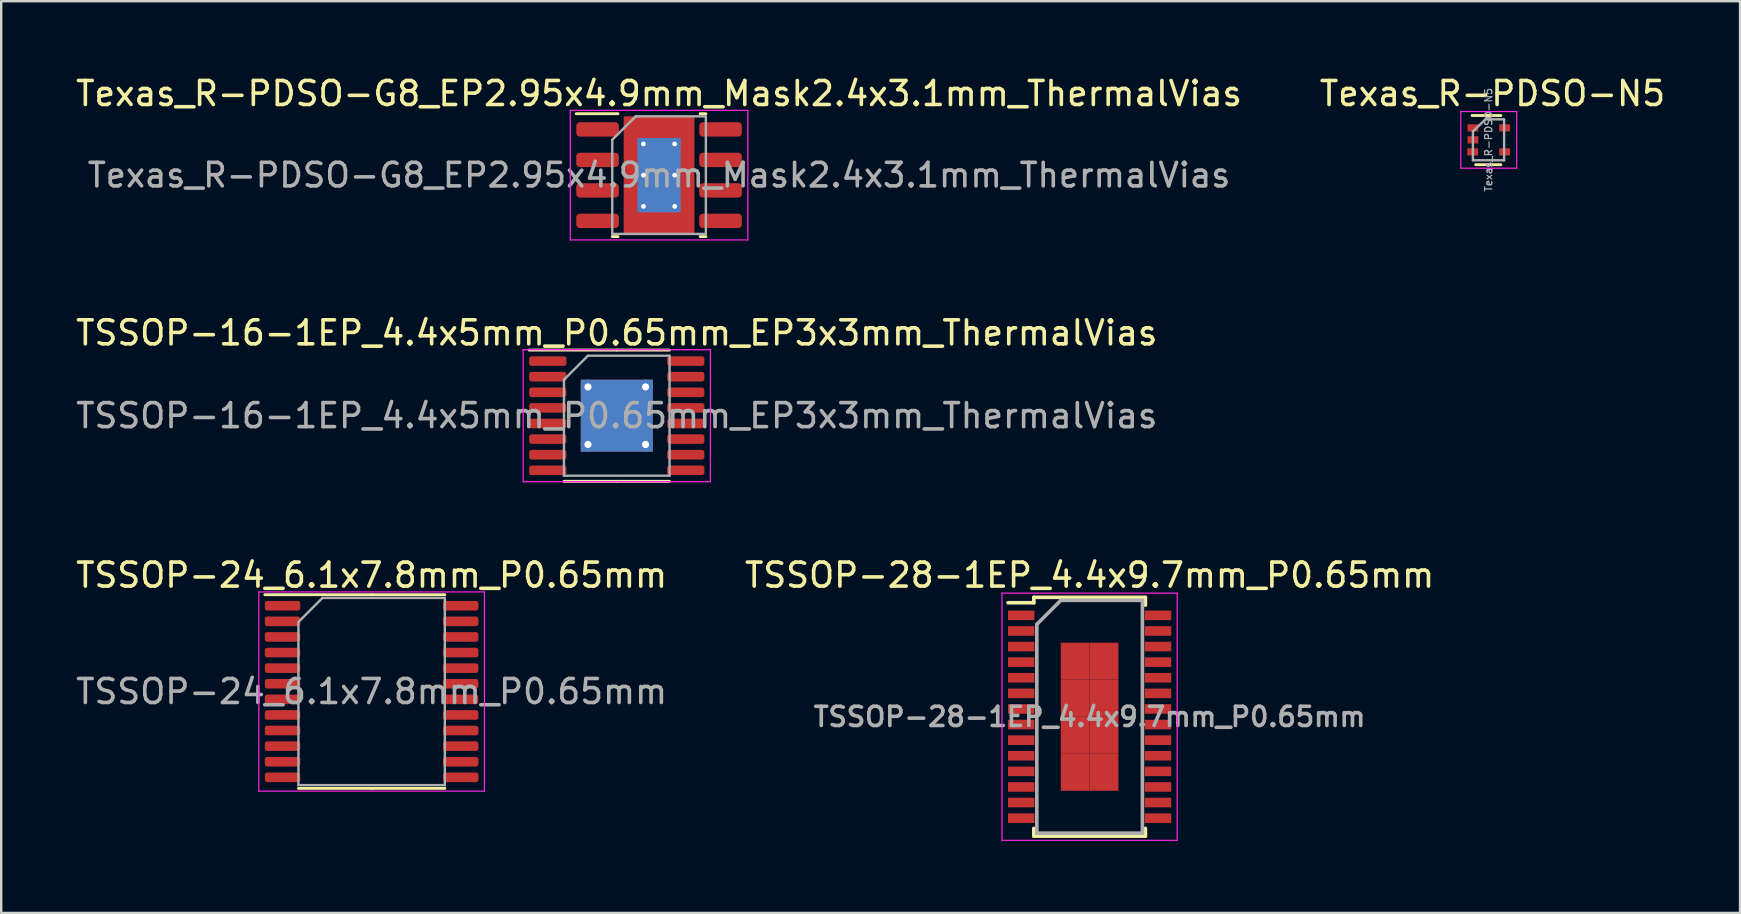
<source format=kicad_pcb>
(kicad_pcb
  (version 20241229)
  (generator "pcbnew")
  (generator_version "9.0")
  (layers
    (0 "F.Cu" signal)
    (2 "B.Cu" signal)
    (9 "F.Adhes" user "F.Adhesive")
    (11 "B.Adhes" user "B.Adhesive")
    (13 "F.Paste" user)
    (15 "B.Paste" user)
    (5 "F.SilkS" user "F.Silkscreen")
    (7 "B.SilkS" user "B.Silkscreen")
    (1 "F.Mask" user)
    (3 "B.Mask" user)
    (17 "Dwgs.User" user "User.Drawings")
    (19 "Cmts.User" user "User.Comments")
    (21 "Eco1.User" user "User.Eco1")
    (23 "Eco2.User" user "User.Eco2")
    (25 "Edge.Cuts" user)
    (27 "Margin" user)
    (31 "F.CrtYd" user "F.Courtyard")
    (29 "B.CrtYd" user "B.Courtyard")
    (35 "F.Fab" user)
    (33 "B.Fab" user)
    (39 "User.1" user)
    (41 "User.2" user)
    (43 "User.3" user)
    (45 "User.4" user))
  (footprint "Texas_R-PDSO-G8_EP2.95x4.9mm_Mask2.4x3.1mm_ThermalVias"
    (layer "F.Cu")
    (at 24.411 4.248)
    (property "Reference" "Texas_R-PDSO-G8_EP2.95x4.9mm_Mask2.4x3.1mm_ThermalVias" (at 0 -3.4 0) (layer "F.SilkS") (effects (font (size 1 1) (thickness 0.15))))
    (attr smd)
    (fp_line (start -1.711 -2.56) (end -3.45 -2.56) (stroke (width 0.12) (type solid)) (layer "F.SilkS"))
    (fp_line (start -1.711 2.56) (end -1.95 2.56) (stroke (width 0.12) (type solid)) (layer "F.SilkS"))
    (fp_line (start 1.711 -2.56) (end 1.95 -2.56) (stroke (width 0.12) (type solid)) (layer "F.SilkS"))
    (fp_line (start 1.711 2.56) (end 1.95 2.56) (stroke (width 0.12) (type solid)) (layer "F.SilkS"))
    (fp_line (start -3.7 -2.7) (end -3.7 2.7) (stroke (width 0.05) (type solid)) (layer "F.CrtYd"))
    (fp_line (start -3.7 2.7) (end 3.7 2.7) (stroke (width 0.05) (type solid)) (layer "F.CrtYd"))
    (fp_line (start 3.7 -2.7) (end -3.7 -2.7) (stroke (width 0.05) (type solid)) (layer "F.CrtYd"))
    (fp_line (start 3.7 2.7) (end 3.7 -2.7) (stroke (width 0.05) (type solid)) (layer "F.CrtYd"))
    (fp_line (start -1.95 -1.475) (end -0.975 -2.45) (stroke (width 0.1) (type solid)) (layer "F.Fab"))
    (fp_line (start -1.95 2.45) (end -1.95 -1.475) (stroke (width 0.1) (type solid)) (layer "F.Fab"))
    (fp_line (start -0.975 -2.45) (end 1.95 -2.45) (stroke (width 0.1) (type solid)) (layer "F.Fab"))
    (fp_line (start 1.95 -2.45) (end 1.95 2.45) (stroke (width 0.1) (type solid)) (layer "F.Fab"))
    (fp_line (start 1.95 2.45) (end -1.95 2.45) (stroke (width 0.1) (type solid)) (layer "F.Fab"))
    (fp_text user "${REFERENCE}" (at 0 0 0) (layer "F.Fab") (effects (font (size 0.98 0.98) (thickness 0.15))))
    (pad "" smd roundrect (at -0.6 -1.03) (size 1.04 0.89) (layers "F.Paste") (roundrect_rratio 0.25))
    (pad "" smd roundrect (at -0.6 0) (size 1.04 0.89) (layers "F.Paste") (roundrect_rratio 0.25))
    (pad "" smd roundrect (at -0.6 1.03) (size 1.04 0.89) (layers "F.Paste") (roundrect_rratio 0.25))
    (pad "" smd rect (at 0 0) (size 2.4 3.1) (layers "F.Mask"))
    (pad "" smd roundrect (at 0.6 -1.03) (size 1.04 0.89) (layers "F.Paste") (roundrect_rratio 0.25))
    (pad "" smd roundrect (at 0.6 0) (size 1.04 0.89) (layers "F.Paste") (roundrect_rratio 0.25))
    (pad "" smd roundrect (at 0.6 1.03) (size 1.04 0.89) (layers "F.Paste") (roundrect_rratio 0.25))
    (pad "1" smd roundrect (at -2.562 -1.905) (size 1.775 0.6) (layers "F.Cu" "F.Mask" "F.Paste") (roundrect_rratio 0.25))
    (pad "2" smd roundrect (at -2.562 -0.635) (size 1.775 0.6) (layers "F.Cu" "F.Mask" "F.Paste") (roundrect_rratio 0.25))
    (pad "3" smd roundrect (at -2.562 0.635) (size 1.775 0.6) (layers "F.Cu" "F.Mask" "F.Paste") (roundrect_rratio 0.25))
    (pad "4" smd roundrect (at -2.562 1.905) (size 1.775 0.6) (layers "F.Cu" "F.Mask" "F.Paste") (roundrect_rratio 0.25))
    (pad "5" smd roundrect (at 2.562 1.905) (size 1.775 0.6) (layers "F.Cu" "F.Mask" "F.Paste") (roundrect_rratio 0.25))
    (pad "6" smd roundrect (at 2.562 0.635) (size 1.775 0.6) (layers "F.Cu" "F.Mask" "F.Paste") (roundrect_rratio 0.25))
    (pad "7" smd roundrect (at 2.562 -0.635) (size 1.775 0.6) (layers "F.Cu" "F.Mask" "F.Paste") (roundrect_rratio 0.25))
    (pad "8" smd roundrect (at 2.562 -1.905) (size 1.775 0.6) (layers "F.Cu" "F.Mask" "F.Paste") (roundrect_rratio 0.25))
    (pad "9" thru_hole circle (at -0.65 -1.3) (size 0.5 0.5) (drill 0.2) (layers "*.Cu"))
    (pad "9" thru_hole circle (at -0.65 0) (size 0.5 0.5) (drill 0.2) (layers "*.Cu"))
    (pad "9" thru_hole circle (at -0.65 1.3) (size 0.5 0.5) (drill 0.2) (layers "*.Cu"))
    (pad "9" smd rect (at 0 0) (size 1.8 3.1) (layers "B.Cu"))
    (pad "9" smd rect (at 0 0) (size 2.95 4.9) (layers "F.Cu"))
    (pad "9" thru_hole circle (at 0.65 -1.3) (size 0.5 0.5) (drill 0.2) (layers "*.Cu"))
    (pad "9" thru_hole circle (at 0.65 0) (size 0.5 0.5) (drill 0.2) (layers "*.Cu"))
    (pad "9" thru_hole circle (at 0.65 1.3) (size 0.5 0.5) (drill 0.2) (layers "*.Cu")))
  (footprint "TSSOP-24_6.1x7.8mm_P0.65mm"
    (layer "F.Cu")
    (at 12.435 25.765)
    (property "Reference" "TSSOP-24_6.1x7.8mm_P0.65mm" (at 0 -4.85 0) (layer "F.SilkS") (effects (font (size 1 1) (thickness 0.15))))
    (attr smd)
    (fp_line (start 0 -4.035) (end -4.45 -4.035) (stroke (width 0.12) (type solid)) (layer "F.SilkS"))
    (fp_line (start 0 -4.035) (end 3.05 -4.035) (stroke (width 0.12) (type solid)) (layer "F.SilkS"))
    (fp_line (start 0 4.035) (end -3.05 4.035) (stroke (width 0.12) (type solid)) (layer "F.SilkS"))
    (fp_line (start 0 4.035) (end 3.05 4.035) (stroke (width 0.12) (type solid)) (layer "F.SilkS"))
    (fp_line (start -4.7 -4.15) (end -4.7 4.15) (stroke (width 0.05) (type solid)) (layer "F.CrtYd"))
    (fp_line (start -4.7 4.15) (end 4.7 4.15) (stroke (width 0.05) (type solid)) (layer "F.CrtYd"))
    (fp_line (start 4.7 -4.15) (end -4.7 -4.15) (stroke (width 0.05) (type solid)) (layer "F.CrtYd"))
    (fp_line (start 4.7 4.15) (end 4.7 -4.15) (stroke (width 0.05) (type solid)) (layer "F.CrtYd"))
    (fp_line (start -3.05 -2.9) (end -2.05 -3.9) (stroke (width 0.1) (type solid)) (layer "F.Fab"))
    (fp_line (start -3.05 3.9) (end -3.05 -2.9) (stroke (width 0.1) (type solid)) (layer "F.Fab"))
    (fp_line (start -2.05 -3.9) (end 3.05 -3.9) (stroke (width 0.1) (type solid)) (layer "F.Fab"))
    (fp_line (start 3.05 -3.9) (end 3.05 3.9) (stroke (width 0.1) (type solid)) (layer "F.Fab"))
    (fp_line (start 3.05 3.9) (end -3.05 3.9) (stroke (width 0.1) (type solid)) (layer "F.Fab"))
    (fp_text user "${REFERENCE}" (at 0 0 0) (layer "F.Fab") (effects (font (size 1 1) (thickness 0.15))))
    (pad "1" smd roundrect (at -3.712 -3.575) (size 1.475 0.4) (layers "F.Cu" "F.Mask" "F.Paste") (roundrect_rratio 0.25))
    (pad "2" smd roundrect (at -3.712 -2.925) (size 1.475 0.4) (layers "F.Cu" "F.Mask" "F.Paste") (roundrect_rratio 0.25))
    (pad "3" smd roundrect (at -3.712 -2.275) (size 1.475 0.4) (layers "F.Cu" "F.Mask" "F.Paste") (roundrect_rratio 0.25))
    (pad "4" smd roundrect (at -3.712 -1.625) (size 1.475 0.4) (layers "F.Cu" "F.Mask" "F.Paste") (roundrect_rratio 0.25))
    (pad "5" smd roundrect (at -3.712 -0.975) (size 1.475 0.4) (layers "F.Cu" "F.Mask" "F.Paste") (roundrect_rratio 0.25))
    (pad "6" smd roundrect (at -3.712 -0.325) (size 1.475 0.4) (layers "F.Cu" "F.Mask" "F.Paste") (roundrect_rratio 0.25))
    (pad "7" smd roundrect (at -3.712 0.325) (size 1.475 0.4) (layers "F.Cu" "F.Mask" "F.Paste") (roundrect_rratio 0.25))
    (pad "8" smd roundrect (at -3.712 0.975) (size 1.475 0.4) (layers "F.Cu" "F.Mask" "F.Paste") (roundrect_rratio 0.25))
    (pad "9" smd roundrect (at -3.712 1.625) (size 1.475 0.4) (layers "F.Cu" "F.Mask" "F.Paste") (roundrect_rratio 0.25))
    (pad "10" smd roundrect (at -3.712 2.275) (size 1.475 0.4) (layers "F.Cu" "F.Mask" "F.Paste") (roundrect_rratio 0.25))
    (pad "11" smd roundrect (at -3.712 2.925) (size 1.475 0.4) (layers "F.Cu" "F.Mask" "F.Paste") (roundrect_rratio 0.25))
    (pad "12" smd roundrect (at -3.712 3.575) (size 1.475 0.4) (layers "F.Cu" "F.Mask" "F.Paste") (roundrect_rratio 0.25))
    (pad "13" smd roundrect (at 3.712 3.575) (size 1.475 0.4) (layers "F.Cu" "F.Mask" "F.Paste") (roundrect_rratio 0.25))
    (pad "14" smd roundrect (at 3.712 2.925) (size 1.475 0.4) (layers "F.Cu" "F.Mask" "F.Paste") (roundrect_rratio 0.25))
    (pad "15" smd roundrect (at 3.712 2.275) (size 1.475 0.4) (layers "F.Cu" "F.Mask" "F.Paste") (roundrect_rratio 0.25))
    (pad "16" smd roundrect (at 3.712 1.625) (size 1.475 0.4) (layers "F.Cu" "F.Mask" "F.Paste") (roundrect_rratio 0.25))
    (pad "17" smd roundrect (at 3.712 0.975) (size 1.475 0.4) (layers "F.Cu" "F.Mask" "F.Paste") (roundrect_rratio 0.25))
    (pad "18" smd roundrect (at 3.712 0.325) (size 1.475 0.4) (layers "F.Cu" "F.Mask" "F.Paste") (roundrect_rratio 0.25))
    (pad "19" smd roundrect (at 3.712 -0.325) (size 1.475 0.4) (layers "F.Cu" "F.Mask" "F.Paste") (roundrect_rratio 0.25))
    (pad "20" smd roundrect (at 3.712 -0.975) (size 1.475 0.4) (layers "F.Cu" "F.Mask" "F.Paste") (roundrect_rratio 0.25))
    (pad "21" smd roundrect (at 3.712 -1.625) (size 1.475 0.4) (layers "F.Cu" "F.Mask" "F.Paste") (roundrect_rratio 0.25))
    (pad "22" smd roundrect (at 3.712 -2.275) (size 1.475 0.4) (layers "F.Cu" "F.Mask" "F.Paste") (roundrect_rratio 0.25))
    (pad "23" smd roundrect (at 3.712 -2.925) (size 1.475 0.4) (layers "F.Cu" "F.Mask" "F.Paste") (roundrect_rratio 0.25))
    (pad "24" smd roundrect (at 3.712 -3.575) (size 1.475 0.4) (layers "F.Cu" "F.Mask" "F.Paste") (roundrect_rratio 0.25)))
  (footprint "Texas_R-PDSO-N5"
    (layer "F.Cu")
    (at 58.977 2.778)
    (property "Reference" "Texas_R-PDSO-N5" (at 0.16 -1.93 0) (layer "F.SilkS") (effects (font (size 1 1) (thickness 0.15))))
    (attr smd)
    (fp_line (start -0.54 1.035) (end 0.51 1.035) (stroke (width 0.12) (type solid)) (layer "F.SilkS"))
    (fp_line (start 0.51 -1.015) (end -0.69 -1.015) (stroke (width 0.12) (type solid)) (layer "F.SilkS"))
    (fp_line (start -1.16 -1.18) (end -1.16 1.17) (stroke (width 0.05) (type solid)) (layer "F.CrtYd"))
    (fp_line (start -1.16 -1.18) (end 1.17 -1.18) (stroke (width 0.05) (type solid)) (layer "F.CrtYd"))
    (fp_line (start -1.16 1.18) (end 1.17 1.18) (stroke (width 0.05) (type solid)) (layer "F.CrtYd"))
    (fp_line (start 1.17 -1.18) (end 1.17 1.17) (stroke (width 0.05) (type solid)) (layer "F.CrtYd"))
    (fp_line (start -0.655 -0.35) (end -0.655 0.85) (stroke (width 0.1) (type solid)) (layer "F.Fab"))
    (fp_line (start -0.655 0.85) (end 0.645 0.85) (stroke (width 0.1) (type solid)) (layer "F.Fab"))
    (fp_line (start -0.135 -0.855) (end -0.655 -0.35) (stroke (width 0.1) (type solid)) (layer "F.Fab"))
    (fp_line (start -0.13 -0.855) (end 0.64 -0.855) (stroke (width 0.1) (type solid)) (layer "F.Fab"))
    (fp_line (start 0.645 0.85) (end 0.645 -0.85) (stroke (width 0.1) (type solid)) (layer "F.Fab"))
    (fp_text user "${REFERENCE}" (at -0.005 0 90) (layer "F.Fab") (effects (font (size 0.3 0.3) (thickness 0.05))))
    (pad "1" smd rect (at -0.655 -0.5 270) (size 0.3 0.45) (layers "F.Cu" "F.Mask" "F.Paste"))
    (pad "2" smd rect (at -0.655 0 270) (size 0.3 0.45) (layers "F.Cu" "F.Mask" "F.Paste"))
    (pad "3" smd rect (at -0.665 0.5 270) (size 0.3 0.45) (layers "F.Cu" "F.Mask" "F.Paste"))
    (pad "4" smd rect (at 0.665 0.5 270) (size 0.3 0.45) (layers "F.Cu" "F.Mask" "F.Paste"))
    (pad "5" smd rect (at 0.665 -0.5 270) (size 0.3 0.45) (layers "F.Cu" "F.Mask" "F.Paste")))
  (footprint "TSSOP-28-1EP_4.4x9.7mm_P0.65mm"
    (layer "F.Cu")
    (at 42.351 26.815)
    (property "Reference" "TSSOP-28-1EP_4.4x9.7mm_P0.65mm" (at 0 -5.9 0) (layer "F.SilkS") (effects (font (size 1 1) (thickness 0.15))))
    (attr smd)
    (fp_line (start -2.325 -4.975) (end -2.325 -4.75) (stroke (width 0.15) (type solid)) (layer "F.SilkS"))
    (fp_line (start -2.325 -4.975) (end 2.325 -4.975) (stroke (width 0.15) (type solid)) (layer "F.SilkS"))
    (fp_line (start -2.325 -4.75) (end -3.4 -4.75) (stroke (width 0.15) (type solid)) (layer "F.SilkS"))
    (fp_line (start -2.325 4.975) (end -2.325 4.65) (stroke (width 0.15) (type solid)) (layer "F.SilkS"))
    (fp_line (start -2.325 4.975) (end 2.325 4.975) (stroke (width 0.15) (type solid)) (layer "F.SilkS"))
    (fp_line (start 2.325 -4.975) (end 2.325 -4.65) (stroke (width 0.15) (type solid)) (layer "F.SilkS"))
    (fp_line (start 2.325 4.975) (end 2.325 4.65) (stroke (width 0.15) (type solid)) (layer "F.SilkS"))
    (fp_line (start -3.65 -5.15) (end -3.65 5.15) (stroke (width 0.05) (type solid)) (layer "F.CrtYd"))
    (fp_line (start -3.65 -5.15) (end 3.65 -5.15) (stroke (width 0.05) (type solid)) (layer "F.CrtYd"))
    (fp_line (start -3.65 5.15) (end 3.65 5.15) (stroke (width 0.05) (type solid)) (layer "F.CrtYd"))
    (fp_line (start 3.65 -5.15) (end 3.65 5.15) (stroke (width 0.05) (type solid)) (layer "F.CrtYd"))
    (fp_line (start -2.2 -3.85) (end -1.2 -4.85) (stroke (width 0.15) (type solid)) (layer "F.Fab"))
    (fp_line (start -2.2 4.85) (end -2.2 -3.85) (stroke (width 0.15) (type solid)) (layer "F.Fab"))
    (fp_line (start -1.2 -4.85) (end 2.2 -4.85) (stroke (width 0.15) (type solid)) (layer "F.Fab"))
    (fp_line (start 2.2 -4.85) (end 2.2 4.85) (stroke (width 0.15) (type solid)) (layer "F.Fab"))
    (fp_line (start 2.2 4.85) (end -2.2 4.85) (stroke (width 0.15) (type solid)) (layer "F.Fab"))
    (fp_text user "${REFERENCE}" (at 0 0 0) (layer "F.Fab") (effects (font (size 0.8 0.8) (thickness 0.15))))
    (pad "1" smd rect (at -2.85 -4.225) (size 1.1 0.4) (layers "F.Cu" "F.Mask" "F.Paste"))
    (pad "2" smd rect (at -2.85 -3.575) (size 1.1 0.4) (layers "F.Cu" "F.Mask" "F.Paste"))
    (pad "3" smd rect (at -2.85 -2.925) (size 1.1 0.4) (layers "F.Cu" "F.Mask" "F.Paste"))
    (pad "4" smd rect (at -2.85 -2.275) (size 1.1 0.4) (layers "F.Cu" "F.Mask" "F.Paste"))
    (pad "5" smd rect (at -2.85 -1.625) (size 1.1 0.4) (layers "F.Cu" "F.Mask" "F.Paste"))
    (pad "6" smd rect (at -2.85 -0.975) (size 1.1 0.4) (layers "F.Cu" "F.Mask" "F.Paste"))
    (pad "7" smd rect (at -2.85 -0.325) (size 1.1 0.4) (layers "F.Cu" "F.Mask" "F.Paste"))
    (pad "8" smd rect (at -2.85 0.325) (size 1.1 0.4) (layers "F.Cu" "F.Mask" "F.Paste"))
    (pad "9" smd rect (at -2.85 0.975) (size 1.1 0.4) (layers "F.Cu" "F.Mask" "F.Paste"))
    (pad "10" smd rect (at -2.85 1.625) (size 1.1 0.4) (layers "F.Cu" "F.Mask" "F.Paste"))
    (pad "11" smd rect (at -2.85 2.275) (size 1.1 0.4) (layers "F.Cu" "F.Mask" "F.Paste"))
    (pad "12" smd rect (at -2.85 2.925) (size 1.1 0.4) (layers "F.Cu" "F.Mask" "F.Paste"))
    (pad "13" smd rect (at -2.85 3.575) (size 1.1 0.4) (layers "F.Cu" "F.Mask" "F.Paste"))
    (pad "14" smd rect (at -2.85 4.225) (size 1.1 0.4) (layers "F.Cu" "F.Mask" "F.Paste"))
    (pad "15" smd rect (at 2.85 4.225) (size 1.1 0.4) (layers "F.Cu" "F.Mask" "F.Paste"))
    (pad "16" smd rect (at 2.85 3.575) (size 1.1 0.4) (layers "F.Cu" "F.Mask" "F.Paste"))
    (pad "17" smd rect (at 2.85 2.925) (size 1.1 0.4) (layers "F.Cu" "F.Mask" "F.Paste"))
    (pad "18" smd rect (at 2.85 2.275) (size 1.1 0.4) (layers "F.Cu" "F.Mask" "F.Paste"))
    (pad "19" smd rect (at 2.85 1.625) (size 1.1 0.4) (layers "F.Cu" "F.Mask" "F.Paste"))
    (pad "20" smd rect (at 2.85 0.975) (size 1.1 0.4) (layers "F.Cu" "F.Mask" "F.Paste"))
    (pad "21" smd rect (at 2.85 0.325) (size 1.1 0.4) (layers "F.Cu" "F.Mask" "F.Paste"))
    (pad "22" smd rect (at 2.85 -0.325) (size 1.1 0.4) (layers "F.Cu" "F.Mask" "F.Paste"))
    (pad "23" smd rect (at 2.85 -0.975) (size 1.1 0.4) (layers "F.Cu" "F.Mask" "F.Paste"))
    (pad "24" smd rect (at 2.85 -1.625) (size 1.1 0.4) (layers "F.Cu" "F.Mask" "F.Paste"))
    (pad "25" smd rect (at 2.85 -2.275) (size 1.1 0.4) (layers "F.Cu" "F.Mask" "F.Paste"))
    (pad "26" smd rect (at 2.85 -2.925) (size 1.1 0.4) (layers "F.Cu" "F.Mask" "F.Paste"))
    (pad "27" smd rect (at 2.85 -3.575) (size 1.1 0.4) (layers "F.Cu" "F.Mask" "F.Paste"))
    (pad "28" smd rect (at 2.85 -4.225) (size 1.1 0.4) (layers "F.Cu" "F.Mask" "F.Paste"))
    (pad "29" smd rect (at -0.6 -2.314) (size 1.2 1.542) (layers "F.Cu" "F.Mask" "F.Paste"))
    (pad "29" smd rect (at -0.6 -0.771) (size 1.2 1.542) (layers "F.Cu" "F.Mask" "F.Paste"))
    (pad "29" smd rect (at -0.6 0.771) (size 1.2 1.542) (layers "F.Cu" "F.Mask" "F.Paste"))
    (pad "29" smd rect (at -0.6 2.314) (size 1.2 1.542) (layers "F.Cu" "F.Mask" "F.Paste"))
    (pad "29" smd rect (at 0.6 -2.314) (size 1.2 1.542) (layers "F.Cu" "F.Mask" "F.Paste"))
    (pad "29" smd rect (at 0.6 -0.771) (size 1.2 1.542) (layers "F.Cu" "F.Mask" "F.Paste"))
    (pad "29" smd rect (at 0.6 0.771) (size 1.2 1.542) (layers "F.Cu" "F.Mask" "F.Paste"))
    (pad "29" smd rect (at 0.6 2.314) (size 1.2 1.542) (layers "F.Cu" "F.Mask" "F.Paste")))
  (footprint "TSSOP-16-1EP_4.4x5mm_P0.65mm_EP3x3mm_ThermalVias"
    (layer "F.Cu")
    (at 22.649 14.271)
    (property "Reference" "TSSOP-16-1EP_4.4x5mm_P0.65mm_EP3x3mm_ThermalVias" (at 0 -3.45 0) (layer "F.SilkS") (effects (font (size 1 1) (thickness 0.15))))
    (attr smd)
    (fp_line (start 0 -2.735) (end -3.65 -2.735) (stroke (width 0.12) (type solid)) (layer "F.SilkS"))
    (fp_line (start 0 -2.735) (end 2.2 -2.735) (stroke (width 0.12) (type solid)) (layer "F.SilkS"))
    (fp_line (start 0 2.735) (end -2.2 2.735) (stroke (width 0.12) (type solid)) (layer "F.SilkS"))
    (fp_line (start 0 2.735) (end 2.2 2.735) (stroke (width 0.12) (type solid)) (layer "F.SilkS"))
    (fp_line (start -3.9 -2.75) (end -3.9 2.75) (stroke (width 0.05) (type solid)) (layer "F.CrtYd"))
    (fp_line (start -3.9 2.75) (end 3.9 2.75) (stroke (width 0.05) (type solid)) (layer "F.CrtYd"))
    (fp_line (start 3.9 -2.75) (end -3.9 -2.75) (stroke (width 0.05) (type solid)) (layer "F.CrtYd"))
    (fp_line (start 3.9 2.75) (end 3.9 -2.75) (stroke (width 0.05) (type solid)) (layer "F.CrtYd"))
    (fp_line (start -2.2 -1.5) (end -1.2 -2.5) (stroke (width 0.1) (type solid)) (layer "F.Fab"))
    (fp_line (start -2.2 2.5) (end -2.2 -1.5) (stroke (width 0.1) (type solid)) (layer "F.Fab"))
    (fp_line (start -1.2 -2.5) (end 2.2 -2.5) (stroke (width 0.1) (type solid)) (layer "F.Fab"))
    (fp_line (start 2.2 -2.5) (end 2.2 2.5) (stroke (width 0.1) (type solid)) (layer "F.Fab"))
    (fp_line (start 2.2 2.5) (end -2.2 2.5) (stroke (width 0.1) (type solid)) (layer "F.Fab"))
    (fp_text user "${REFERENCE}" (at 0 0 0) (layer "F.Fab") (effects (font (size 1 1) (thickness 0.15))))
    (pad "" smd roundrect (at -0.75 -0.75) (size 1.21 1.21) (layers "F.Paste") (roundrect_rratio 0.207))
    (pad "" smd roundrect (at -0.75 0.75) (size 1.21 1.21) (layers "F.Paste") (roundrect_rratio 0.207))
    (pad "" smd roundrect (at 0.75 -0.75) (size 1.21 1.21) (layers "F.Paste") (roundrect_rratio 0.207))
    (pad "" smd roundrect (at 0.75 0.75) (size 1.21 1.21) (layers "F.Paste") (roundrect_rratio 0.207))
    (pad "1" smd roundrect (at -2.875 -2.275) (size 1.55 0.4) (layers "F.Cu" "F.Mask" "F.Paste") (roundrect_rratio 0.25))
    (pad "2" smd roundrect (at -2.875 -1.625) (size 1.55 0.4) (layers "F.Cu" "F.Mask" "F.Paste") (roundrect_rratio 0.25))
    (pad "3" smd roundrect (at -2.875 -0.975) (size 1.55 0.4) (layers "F.Cu" "F.Mask" "F.Paste") (roundrect_rratio 0.25))
    (pad "4" smd roundrect (at -2.875 -0.325) (size 1.55 0.4) (layers "F.Cu" "F.Mask" "F.Paste") (roundrect_rratio 0.25))
    (pad "5" smd roundrect (at -2.875 0.325) (size 1.55 0.4) (layers "F.Cu" "F.Mask" "F.Paste") (roundrect_rratio 0.25))
    (pad "6" smd roundrect (at -2.875 0.975) (size 1.55 0.4) (layers "F.Cu" "F.Mask" "F.Paste") (roundrect_rratio 0.25))
    (pad "7" smd roundrect (at -2.875 1.625) (size 1.55 0.4) (layers "F.Cu" "F.Mask" "F.Paste") (roundrect_rratio 0.25))
    (pad "8" smd roundrect (at -2.875 2.275) (size 1.55 0.4) (layers "F.Cu" "F.Mask" "F.Paste") (roundrect_rratio 0.25))
    (pad "9" smd roundrect (at 2.875 2.275) (size 1.55 0.4) (layers "F.Cu" "F.Mask" "F.Paste") (roundrect_rratio 0.25))
    (pad "10" smd roundrect (at 2.875 1.625) (size 1.55 0.4) (layers "F.Cu" "F.Mask" "F.Paste") (roundrect_rratio 0.25))
    (pad "11" smd roundrect (at 2.875 0.975) (size 1.55 0.4) (layers "F.Cu" "F.Mask" "F.Paste") (roundrect_rratio 0.25))
    (pad "12" smd roundrect (at 2.875 0.325) (size 1.55 0.4) (layers "F.Cu" "F.Mask" "F.Paste") (roundrect_rratio 0.25))
    (pad "13" smd roundrect (at 2.875 -0.325) (size 1.55 0.4) (layers "F.Cu" "F.Mask" "F.Paste") (roundrect_rratio 0.25))
    (pad "14" smd roundrect (at 2.875 -0.975) (size 1.55 0.4) (layers "F.Cu" "F.Mask" "F.Paste") (roundrect_rratio 0.25))
    (pad "15" smd roundrect (at 2.875 -1.625) (size 1.55 0.4) (layers "F.Cu" "F.Mask" "F.Paste") (roundrect_rratio 0.25))
    (pad "16" smd roundrect (at 2.875 -2.275) (size 1.55 0.4) (layers "F.Cu" "F.Mask" "F.Paste") (roundrect_rratio 0.25))
    (pad "17" thru_hole circle (at -1.2 -1.2) (size 0.6 0.6) (drill 0.3) (layers "*.Cu"))
    (pad "17" thru_hole circle (at -1.2 1.2) (size 0.6 0.6) (drill 0.3) (layers "*.Cu"))
    (pad "17" smd rect (at 0 0) (size 3 3) (layers "F.Cu" "F.Mask"))
    (pad "17" smd rect (at 0 0) (size 3 3) (layers "B.Cu"))
    (pad "17" thru_hole circle (at 1.2 -1.2) (size 0.6 0.6) (drill 0.3) (layers "*.Cu"))
    (pad "17" thru_hole circle (at 1.2 1.2) (size 0.6 0.6) (drill 0.3) (layers "*.Cu")))
  (gr_rect
    (start -3 -3)
    (end 69.452 34.99)
    (stroke (width 0.1) (type default))
    (fill no)
    (layer "Edge.Cuts")))
</source>
